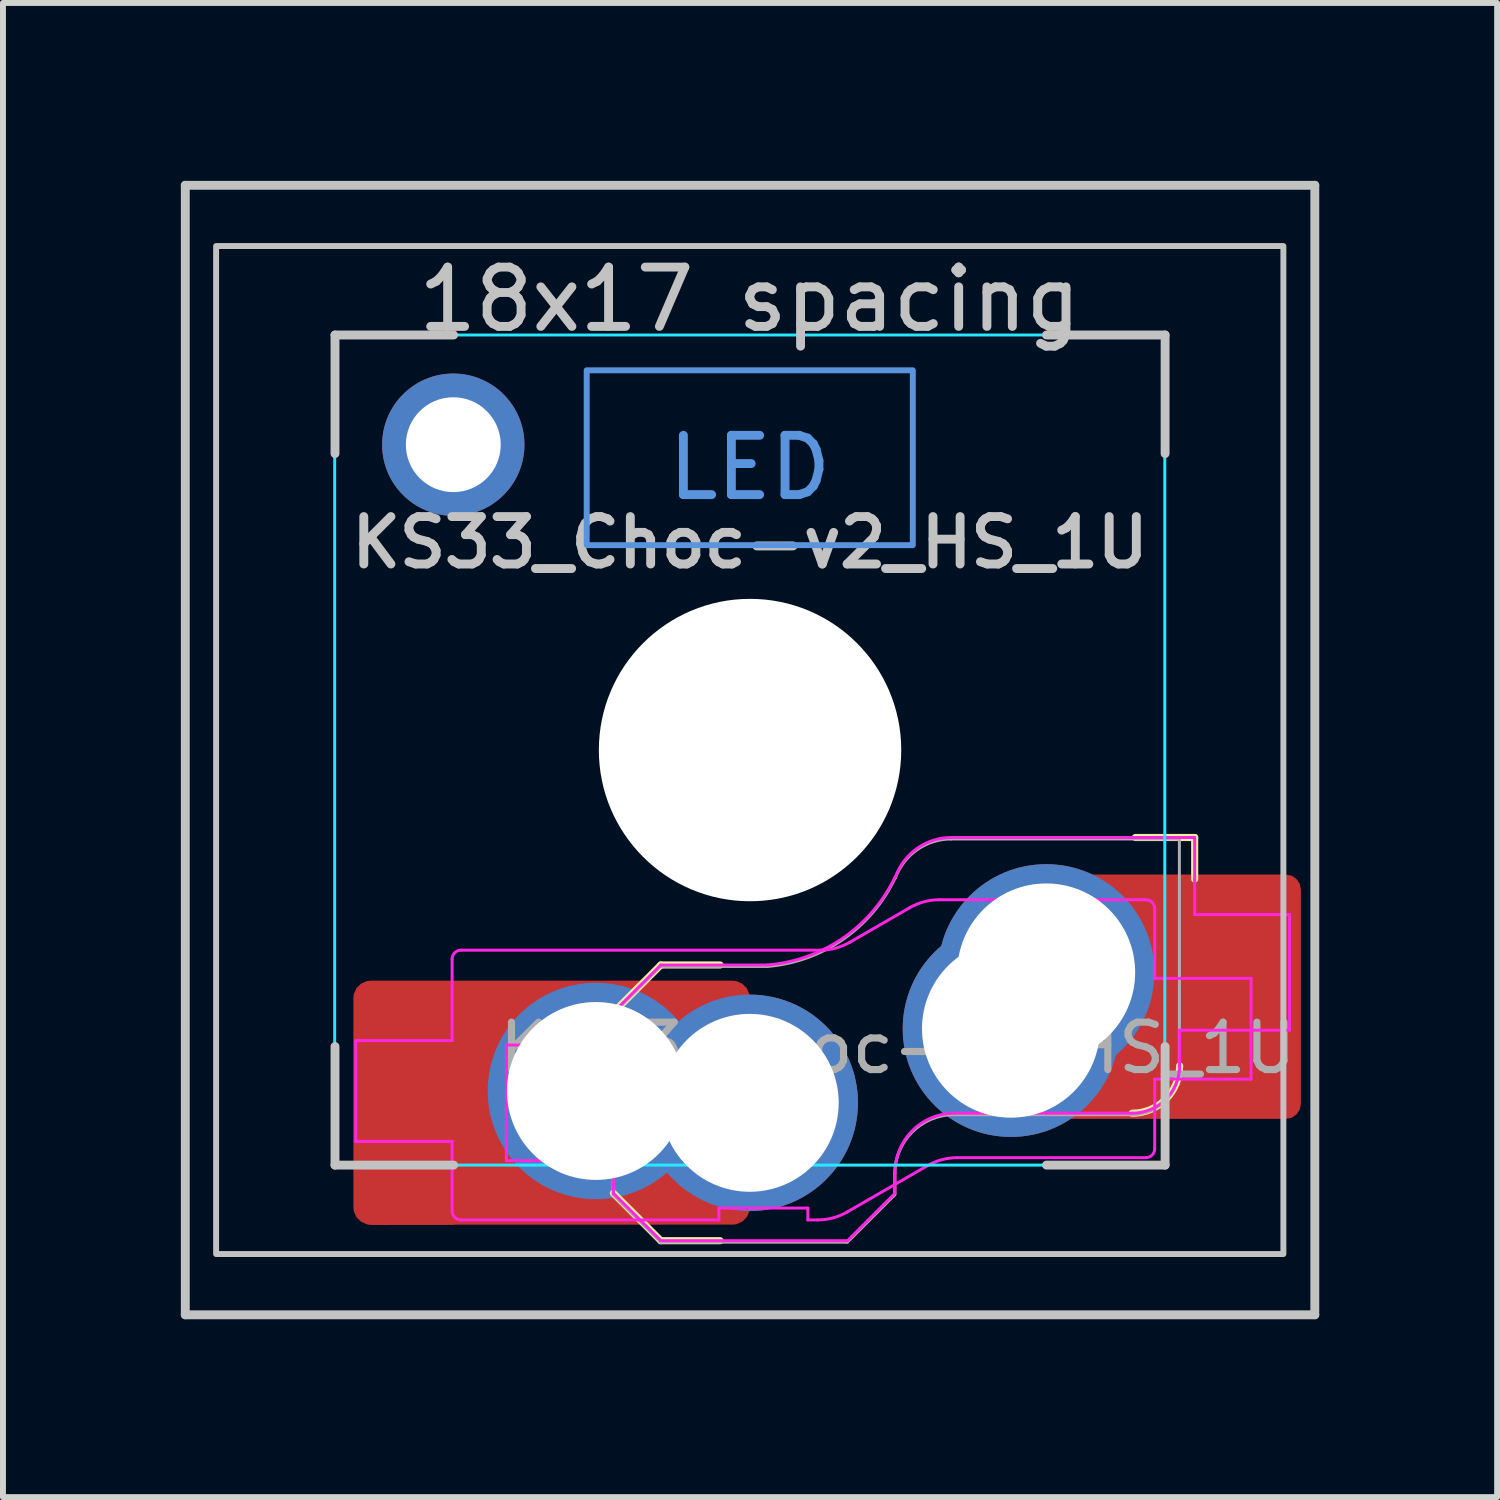
<source format=kicad_pcb>
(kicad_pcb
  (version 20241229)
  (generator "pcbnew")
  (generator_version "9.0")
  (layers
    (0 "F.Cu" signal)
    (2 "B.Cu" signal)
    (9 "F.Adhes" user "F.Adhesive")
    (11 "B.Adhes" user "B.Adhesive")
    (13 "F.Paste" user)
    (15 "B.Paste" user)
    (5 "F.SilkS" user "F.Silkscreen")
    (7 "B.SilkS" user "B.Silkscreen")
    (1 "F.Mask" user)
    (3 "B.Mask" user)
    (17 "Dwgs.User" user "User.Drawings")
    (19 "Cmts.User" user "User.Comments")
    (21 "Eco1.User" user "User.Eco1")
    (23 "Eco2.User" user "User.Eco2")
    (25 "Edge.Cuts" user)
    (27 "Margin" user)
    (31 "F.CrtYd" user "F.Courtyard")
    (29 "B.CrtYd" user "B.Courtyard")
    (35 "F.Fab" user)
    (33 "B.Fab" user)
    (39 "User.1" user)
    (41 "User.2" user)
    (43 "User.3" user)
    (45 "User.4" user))
  (footprint "KS33_Choc-v2_HS_1U"
    (layer "F.Cu")
    (at 9.6 9.6)
    (property "Reference" "KS33_Choc-v2_HS_1U" (at 0 -3.5 0) (layer "Dwgs.User") (effects (font (size 0.8 0.8) (thickness 0.15))))
    (attr smd)
    (fp_line (start -2.305 7.475) (end -1.505 8.275) (stroke (width 0.12) (type solid)) (layer "F.SilkS"))
    (fp_line (start -1.505 3.625) (end -2.305 4.425) (stroke (width 0.12) (type solid)) (layer "F.SilkS"))
    (fp_line (start -1.505 3.625) (end -0.505 3.625) (stroke (width 0.12) (type solid)) (layer "F.SilkS"))
    (fp_line (start -1.505 8.275) (end -0.505 8.275) (stroke (width 0.12) (type solid)) (layer "F.SilkS"))
    (fp_line (start 7.499 1.475) (end 6.499 1.475) (stroke (width 0.12) (type solid)) (layer "F.SilkS"))
    (fp_line (start 7.499 1.475) (end 7.499 2.175) (stroke (width 0.12) (type solid)) (layer "F.SilkS"))
    (fp_arc (start 7.245 5.325) (mid 7.010685 5.890685) (end 6.445 6.125) (stroke (width 0.12) (type solid)) (layer "F.SilkS"))
    (fp_line (start -9.525 9.525) (end -9.525 -9.525) (stroke (width 0.15) (type solid)) (layer "Dwgs.User"))
    (fp_line (start -7 -7) (end -5 -7) (stroke (width 0.15) (type solid)) (layer "Dwgs.User"))
    (fp_line (start -7 -5) (end -7 -7) (stroke (width 0.15) (type solid)) (layer "Dwgs.User"))
    (fp_line (start -7 5) (end -7 7) (stroke (width 0.15) (type solid)) (layer "Dwgs.User"))
    (fp_line (start -7 7) (end -5 7) (stroke (width 0.15) (type solid)) (layer "Dwgs.User"))
    (fp_line (start 5 7) (end 7 7) (stroke (width 0.15) (type solid)) (layer "Dwgs.User"))
    (fp_line (start 7 -7) (end 5 -7) (stroke (width 0.15) (type solid)) (layer "Dwgs.User"))
    (fp_line (start 7 -5) (end 7 -7) (stroke (width 0.15) (type solid)) (layer "Dwgs.User"))
    (fp_line (start 7 7) (end 7 5) (stroke (width 0.15) (type solid)) (layer "Dwgs.User"))
    (fp_line (start 9.525 -9.525) (end -9.525 -9.525) (stroke (width 0.15) (type solid)) (layer "Dwgs.User"))
    (fp_line (start 9.525 9.525) (end -9.525 9.525) (stroke (width 0.15) (type solid)) (layer "Dwgs.User"))
    (fp_line (start 9.525 9.525) (end 9.525 -9.525) (stroke (width 0.15) (type solid)) (layer "Dwgs.User"))
    (fp_rect (start -9.005 -8.5) (end 8.995 8.5) (stroke (width 0.1) (type default)) (fill no) (layer "Dwgs.User"))
    (fp_rect (start -2.755 -6.405) (end 2.745 -3.455) (stroke (width 0.1) (type default)) (fill no) (layer "Cmts.User"))
    (fp_line (start -6.955 6.45) (end -6.955 -6.45) (stroke (width 0.05) (type solid)) (layer "Eco2.User"))
    (fp_line (start -6.455 -6.95) (end 6.445 -6.95) (stroke (width 0.05) (type solid)) (layer "Eco2.User"))
    (fp_line (start 6.445 6.95) (end -6.455 6.95) (stroke (width 0.05) (type solid)) (layer "Eco2.User"))
    (fp_line (start 6.945 -6.45) (end 6.945 6.45) (stroke (width 0.05) (type solid)) (layer "Eco2.User"))
    (fp_arc (start -6.955 -6.45) (mid -6.808553 -6.803553) (end -6.455 -6.95) (stroke (width 0.05) (type solid)) (layer "Eco2.User"))
    (fp_arc (start -6.455 6.95) (mid -6.808553 6.803553) (end -6.955 6.45) (stroke (width 0.05) (type solid)) (layer "Eco2.User"))
    (fp_arc (start 6.445 -6.95) (mid 6.798553 -6.803553) (end 6.945 -6.45) (stroke (width 0.05) (type solid)) (layer "Eco2.User"))
    (fp_arc (start 6.945 6.45) (mid 6.798553 6.803553) (end 6.445 6.95) (stroke (width 0.05) (type solid)) (layer "Eco2.User"))
    (fp_arc (start 6.945 6.45) (mid 6.798553 6.803553) (end 6.445 6.95) (stroke (width 0.05) (type solid)) (layer "Eco2.User"))
    (fp_rect (start -7.005 -7) (end 6.995 7) (stroke (width 0.05) (type default)) (fill no) (layer "B.CrtYd"))
    (fp_line (start -6.65 4.9) (end -6.65 6.6) (stroke (width 0.05) (type solid)) (layer "F.CrtYd"))
    (fp_line (start -6.65 6.6) (end -5.025 6.6) (stroke (width 0.05) (type solid)) (layer "F.CrtYd"))
    (fp_line (start -5.025 3.525) (end -5.025 4.9) (stroke (width 0.05) (type solid)) (layer "F.CrtYd"))
    (fp_line (start -5.025 4.9) (end -6.65 4.9) (stroke (width 0.05) (type solid)) (layer "F.CrtYd"))
    (fp_line (start -5.025 6.6) (end -5.025 7.775) (stroke (width 0.05) (type solid)) (layer "F.CrtYd"))
    (fp_line (start -4.875 7.925) (end -0.525 7.925) (stroke (width 0.05) (type solid)) (layer "F.CrtYd"))
    (fp_line (start -4.109 4.975) (end -4.109 6.925) (stroke (width 0.05) (type solid)) (layer "F.CrtYd"))
    (fp_line (start -4.109 4.975) (end -2.305 4.975) (stroke (width 0.05) (type solid)) (layer "F.CrtYd"))
    (fp_line (start -4.109 6.925) (end -2.305 6.925) (stroke (width 0.05) (type solid)) (layer "F.CrtYd"))
    (fp_line (start -2.305 4.975) (end -2.305 4.425) (stroke (width 0.05) (type solid)) (layer "F.CrtYd"))
    (fp_line (start -2.305 7.475) (end -2.305 6.925) (stroke (width 0.05) (type solid)) (layer "F.CrtYd"))
    (fp_line (start -2.305 7.475) (end -1.505 8.275) (stroke (width 0.05) (type solid)) (layer "F.CrtYd"))
    (fp_line (start -1.505 3.625) (end -2.305 4.425) (stroke (width 0.05) (type solid)) (layer "F.CrtYd"))
    (fp_line (start -1.505 3.625) (end 0.295 3.625) (stroke (width 0.05) (type solid)) (layer "F.CrtYd"))
    (fp_line (start -1.505 8.275) (end 1.645 8.275) (stroke (width 0.05) (type solid)) (layer "F.CrtYd"))
    (fp_line (start -0.525 7.725) (end 0.975 7.725) (stroke (width 0.05) (type solid)) (layer "F.CrtYd"))
    (fp_line (start -0.525 7.925) (end -0.525 7.725) (stroke (width 0.05) (type solid)) (layer "F.CrtYd"))
    (fp_line (start 0.975 7.725) (end 0.975 7.925) (stroke (width 0.05) (type solid)) (layer "F.CrtYd"))
    (fp_line (start 0.975 7.925) (end 1.138 7.925) (stroke (width 0.05) (type solid)) (layer "F.CrtYd"))
    (fp_line (start 1.185 3.375) (end -4.875 3.375) (stroke (width 0.05) (type solid)) (layer "F.CrtYd"))
    (fp_line (start 1.638 7.791) (end 2.993 7.009) (stroke (width 0.05) (type solid)) (layer "F.CrtYd"))
    (fp_line (start 2.445 7.475) (end 1.645 8.275) (stroke (width 0.05) (type solid)) (layer "F.CrtYd"))
    (fp_line (start 2.445 7.475) (end 2.445 7.125) (stroke (width 0.05) (type solid)) (layer "F.CrtYd"))
    (fp_line (start 2.693 2.659) (end 1.685 3.241) (stroke (width 0.05) (type solid)) (layer "F.CrtYd"))
    (fp_line (start 3.445 6.125) (end 6.445 6.125) (stroke (width 0.05) (type solid)) (layer "F.CrtYd"))
    (fp_line (start 3.493 6.875) (end 6.675 6.875) (stroke (width 0.05) (type solid)) (layer "F.CrtYd"))
    (fp_line (start 6.675 2.525) (end 3.193 2.525) (stroke (width 0.05) (type solid)) (layer "F.CrtYd"))
    (fp_line (start 6.825 3.85) (end 6.825 2.675) (stroke (width 0.05) (type solid)) (layer "F.CrtYd"))
    (fp_line (start 6.825 5.55) (end 8.45 5.55) (stroke (width 0.05) (type solid)) (layer "F.CrtYd"))
    (fp_line (start 6.825 6.725) (end 6.825 5.55) (stroke (width 0.05) (type solid)) (layer "F.CrtYd"))
    (fp_line (start 7.245 4.725) (end 9.099 4.725) (stroke (width 0.05) (type solid)) (layer "F.CrtYd"))
    (fp_line (start 7.245 5.325) (end 7.245 4.725) (stroke (width 0.05) (type solid)) (layer "F.CrtYd"))
    (fp_line (start 7.499 1.475) (end 3.395 1.475) (stroke (width 0.05) (type solid)) (layer "F.CrtYd"))
    (fp_line (start 7.499 1.475) (end 7.499 2.175) (stroke (width 0.05) (type solid)) (layer "F.CrtYd"))
    (fp_line (start 7.499 2.175) (end 7.499 2.775) (stroke (width 0.05) (type solid)) (layer "F.CrtYd"))
    (fp_line (start 8.45 3.85) (end 6.825 3.85) (stroke (width 0.05) (type solid)) (layer "F.CrtYd"))
    (fp_line (start 8.45 5.55) (end 8.45 3.85) (stroke (width 0.05) (type solid)) (layer "F.CrtYd"))
    (fp_line (start 9.099 2.775) (end 7.499 2.775) (stroke (width 0.05) (type solid)) (layer "F.CrtYd"))
    (fp_line (start 9.099 4.725) (end 9.099 2.775) (stroke (width 0.05) (type solid)) (layer "F.CrtYd"))
    (fp_arc (start -5.025 3.525) (mid -4.981066 3.418934) (end -4.875 3.375) (stroke (width 0.05) (type solid)) (layer "F.CrtYd"))
    (fp_arc (start -4.875 7.925) (mid -4.981066 7.881066) (end -5.025 7.775) (stroke (width 0.05) (type solid)) (layer "F.CrtYd"))
    (fp_arc (start 1.638397 7.791025) (mid 1.397216 7.890925) (end 1.138397 7.925) (stroke (width 0.05) (type solid)) (layer "F.CrtYd"))
    (fp_arc (start 1.684808 3.241025) (mid 1.443627 3.340927) (end 1.184808 3.375) (stroke (width 0.05) (type solid)) (layer "F.CrtYd"))
    (fp_arc (start 2.445 7.125) (mid 2.737893 6.417893) (end 3.445 6.125) (stroke (width 0.05) (type solid)) (layer "F.CrtYd"))
    (fp_arc (start 2.450444 2.13293) (mid 1.572271 3.167234) (end 0.294999 3.624999) (stroke (width 0.05) (type solid)) (layer "F.CrtYd"))
    (fp_arc (start 2.455307 2.13298) (mid 2.821423 1.655848) (end 3.395 1.475) (stroke (width 0.05) (type solid)) (layer "F.CrtYd"))
    (fp_arc (start 2.692949 2.658975) (mid 2.93413 2.559073) (end 3.192949 2.525) (stroke (width 0.05) (type solid)) (layer "F.CrtYd"))
    (fp_arc (start 2.992949 7.008975) (mid 3.234133 6.909085) (end 3.492949 6.875) (stroke (width 0.05) (type solid)) (layer "F.CrtYd"))
    (fp_arc (start 6.675 2.525) (mid 6.781066 2.568934) (end 6.825 2.675) (stroke (width 0.05) (type solid)) (layer "F.CrtYd"))
    (fp_arc (start 6.825 6.725) (mid 6.781066 6.831066) (end 6.675 6.875) (stroke (width 0.05) (type solid)) (layer "F.CrtYd"))
    (fp_arc (start 7.245 5.325) (mid 7.010685 5.890685) (end 6.445 6.125) (stroke (width 0.05) (type solid)) (layer "F.CrtYd"))
    (fp_line (start -2.309 7.5) (end -2.309 4.45) (stroke (width 0.05) (type solid)) (layer "F.Fab"))
    (fp_line (start -2.309 7.5) (end -1.509 8.3) (stroke (width 0.05) (type solid)) (layer "F.Fab"))
    (fp_line (start -1.509 3.65) (end -2.309 4.45) (stroke (width 0.05) (type solid)) (layer "F.Fab"))
    (fp_line (start -1.509 3.65) (end 0.291 3.65) (stroke (width 0.05) (type solid)) (layer "F.Fab"))
    (fp_line (start -1.509 8.3) (end 1.641 8.3) (stroke (width 0.05) (type solid)) (layer "F.Fab"))
    (fp_line (start 2.441 7.5) (end 1.641 8.3) (stroke (width 0.05) (type solid)) (layer "F.Fab"))
    (fp_line (start 2.441 7.5) (end 2.441 7.15) (stroke (width 0.05) (type solid)) (layer "F.Fab"))
    (fp_line (start 3.441 6.15) (end 6.441 6.15) (stroke (width 0.05) (type solid)) (layer "F.Fab"))
    (fp_line (start 7.241 1.5) (end 3.391 1.5) (stroke (width 0.05) (type solid)) (layer "F.Fab"))
    (fp_line (start 7.241 5.35) (end 7.241 1.5) (stroke (width 0.05) (type solid)) (layer "F.Fab"))
    (fp_arc (start 2.441 7.15) (mid 2.733893 6.442893) (end 3.441 6.15) (stroke (width 0.05) (type solid)) (layer "F.Fab"))
    (fp_arc (start 2.446444 2.15793) (mid 1.568271 3.192234) (end 0.290999 3.649999) (stroke (width 0.05) (type solid)) (layer "F.Fab"))
    (fp_arc (start 2.451307 2.15798) (mid 2.817423 1.680848) (end 3.391 1.5) (stroke (width 0.05) (type solid)) (layer "F.Fab"))
    (fp_arc (start 7.241 5.35) (mid 7.006685 5.915685) (end 6.441 6.15) (stroke (width 0.05) (type solid)) (layer "F.Fab"))
    (fp_text user "18x17 spacing" (at -0.005 -7.6 180) (layer "Dwgs.User") (effects (font (size 1 1) (thickness 0.15))))
    (fp_text user "LED" (at -0.005 -4.763 0) (unlocked yes) (layer "Cmts.User") (effects (font (size 1 1) (thickness 0.15))))
    (fp_text user "19.05 spacing" (at -0.005 -8.7 180) (layer "Eco1.User") (effects (font (size 1 1) (thickness 0.15))))
    (fp_text user "${REFERENCE}" (at 2.491 5.025 0) (layer "F.Fab") (effects (font (size 0.8 0.8) (thickness 0.12))))
    (pad "" np_thru_hole circle (at -0.005 0 180) (size 5 5) (drill 5) (layers "*.Cu" "*.Mask"))
    (pad "" np_thru_hole circle (at 0 0 180) (size 5.1 5.1) (drill 5.1) (layers "*.Cu" "*.Mask"))
    (pad "1" thru_hole circle (at 4.4 4.7 180) (size 3.65 3.65) (drill 3) (layers "*.Cu" "*.Mask"))
    (pad "1" thru_hole circle (at 4.995 3.75) (size 3.65 3.65) (drill 3) (layers "*.Cu" "F.Mask"))
    (pad "1" smd custom (at 8.3 4.16) (size 1.972 1.972) (layers "F.Cu" "F.Mask" "F.Paste") (options (anchor circle)) (primitives (gr_poly (pts (xy 0.835 -2.041) (xy 0.916 -1.986) (xy 0.971 -1.905) (xy 0.99 -1.808) (xy 0.99 1.808) (xy 0.971 1.905) (xy 0.916 1.986) (xy 0.835 2.041) (xy 0.738 2.06) (xy -3.028 2.06) (xy -3.037 2.058) (xy -2.928 1.995) (xy -2.746 1.856) (xy -2.584 1.694) (xy -2.445 1.512) (xy -2.33 1.314) (xy -2.243 1.103) (xy -2.2 0.943) (xy -2.151 0.906) (xy -1.989 0.744) (xy -1.85 0.562) (xy -1.735 0.364) (xy -1.648 0.153) (xy -1.589 -0.069) (xy -1.559 -0.296) (xy -1.559 -0.524) (xy -1.589 -0.751) (xy -1.648 -0.973) (xy -1.735 -1.184) (xy -1.85 -1.382) (xy -1.989 -1.564) (xy -2.151 -1.726) (xy -2.333 -1.865) (xy -2.531 -1.98) (xy -2.725 -2.06) (xy 0.738 -2.06)) (width 0) (fill yes)) (gr_poly (pts (xy -0.986 -1.762) (xy -0.978 -1.829) (xy -0.934 -1.929) (xy -0.858 -2.006) (xy -0.758 -2.05) (xy -0.69 -2.057) (xy 0.69 -2.058) (xy 0.758 -2.05) (xy 0.858 -2.006) (xy 0.934 -1.929) (xy 0.978 -1.829) (xy 0.986 -1.762) (xy 0.986 1.762) (xy 0.978 1.829) (xy 0.934 1.929) (xy 0.858 2.006) (xy 0.758 2.05) (xy 0.69 2.057) (xy -0.69 2.058) (xy -0.758 2.05) (xy -0.858 2.006) (xy -0.934 1.929) (xy -0.978 1.829) (xy -0.986 1.762)) (width 0) (fill yes))))
    (pad "2" smd custom (at -5.696 5.952) (size 1.972 1.972) (layers "F.Cu" "F.Mask" "F.Paste") (options (anchor circle)) (primitives (gr_poly (pts (xy -0.986 -1.762) (xy -0.978 -1.829) (xy -0.934 -1.929) (xy -0.858 -2.006) (xy -0.758 -2.05) (xy -0.69 -2.057) (xy 0.69 -2.058) (xy 0.758 -2.05) (xy 0.858 -2.006) (xy 0.934 -1.929) (xy 0.978 -1.829) (xy 0.986 -1.762) (xy 0.986 1.762) (xy 0.978 1.829) (xy 0.934 1.929) (xy 0.858 2.006) (xy 0.758 2.05) (xy 0.69 2.057) (xy -0.69 2.058) (xy -0.758 2.05) (xy -0.858 2.006) (xy -0.934 1.929) (xy -0.978 1.829) (xy -0.986 1.762)) (width 0) (fill yes)) (gr_poly (pts (xy 5.467 -2.055) (xy 5.565 -2.011) (xy 5.64 -1.936) (xy 5.684 -1.838) (xy 5.691 -1.771) (xy 5.691 -1.749) (xy 5.577 -1.749) (xy 5.35 -1.719) (xy 5.129 -1.66) (xy 4.917 -1.572) (xy 4.719 -1.458) (xy 4.537 -1.318) (xy 4.483 -1.264) (xy 4.412 -1.356) (xy 4.25 -1.518) (xy 4.068 -1.658) (xy 3.87 -1.772) (xy 3.659 -1.86) (xy 3.438 -1.919) (xy 3.211 -1.949) (xy 2.982 -1.949) (xy 2.755 -1.919) (xy 2.534 -1.86) (xy 2.322 -1.772) (xy 2.124 -1.658) (xy 1.942 -1.518) (xy 1.781 -1.356) (xy 1.641 -1.175) (xy 1.527 -0.977) (xy 1.439 -0.765) (xy 1.38 -0.544) (xy 1.35 -0.317) (xy 1.35 -0.088) (xy 1.38 0.139) (xy 1.439 0.36) (xy 1.527 0.572) (xy 1.641 0.77) (xy 1.781 0.951) (xy 1.942 1.113) (xy 2.124 1.253) (xy 2.322 1.367) (xy 2.534 1.455) (xy 2.755 1.514) (xy 2.982 1.544) (xy 3.211 1.544) (xy 3.438 1.514) (xy 3.659 1.455) (xy 3.87 1.367) (xy 4.068 1.253) (xy 4.25 1.113) (xy 4.305 1.059) (xy 4.376 1.151) (xy 4.537 1.313) (xy 4.719 1.453) (xy 4.917 1.567) (xy 5.129 1.655) (xy 5.35 1.714) (xy 5.577 1.744) (xy 5.691 1.744) (xy 5.691 1.761) (xy 5.684 1.828) (xy 5.64 1.926) (xy 5.565 2.001) (xy 5.467 2.045) (xy 5.4 2.052) (xy -0.702 2.053) (xy -0.769 2.045) (xy -0.867 2.001) (xy -0.943 1.926) (xy -0.986 1.828) (xy -0.994 1.761) (xy -0.994 -1.771) (xy -0.986 -1.838) (xy -0.943 -1.936) (xy -0.867 -2.011) (xy -0.769 -2.055) (xy -0.702 -2.062) (xy 5.4 -2.062)) (width 0) (fill yes))))
    (pad "2" thru_hole circle (at -2.6 5.75 180) (size 3.65 3.65) (drill 3) (layers "*.Cu" "*.Mask"))
    (pad "2" thru_hole circle (at -0.005 5.95) (size 3.65 3.65) (drill 3) (layers "*.Cu" "F.Mask"))
    (pad "MP" thru_hole circle (at -5.005 -5.15 180) (size 2.4 2.4) (drill 1.6) (layers "*.Cu" "F.Mask")))
  (gr_rect
    (start -3 -3)
    (end 22.2 22.2)
    (stroke (width 0.1) (type default))
    (fill no)
    (layer "Edge.Cuts")))
</source>
